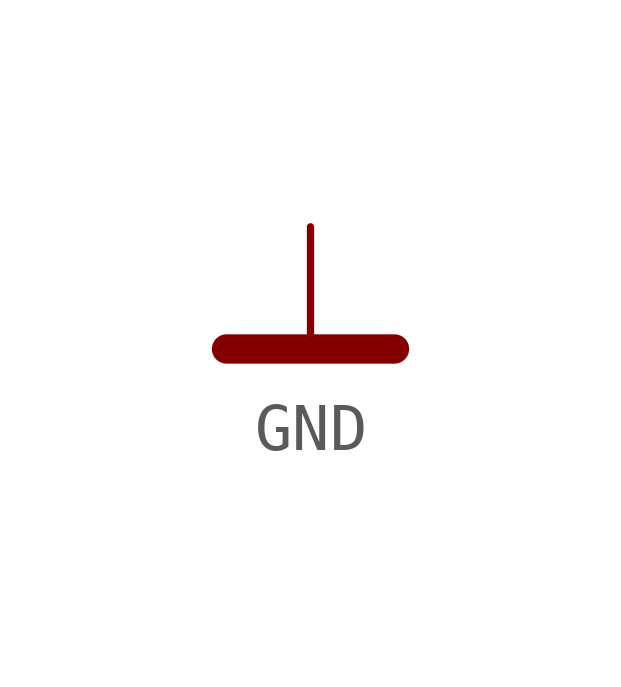
<source format=kicad_sym>
(kicad_symbol_lib
  (version 20211014)
  (generator kicad_symbol_editor)
  (symbol "GND"
    (power)
    (property "Reference" ""
      (at 0 0 0)
      (effects (font (size 1.27 1.27)) hide))
    (property "ki_locked" ""
      (at 0 0 0)
      (effects (font (size 1.27 1.27))))
    (symbol "GND_1_0"
      (polyline (pts (xy -1.746 -2.54) (xy 1.746 -2.54)) (stroke (width 0.61) (type default) (color 0 0 0 0)) (fill (type none)))
      (pin power_in line (at 0 0 270) (length 2.54) (name "GND" (effects (font (size 0 0)))) (number "1" (effects (font (size 0 0))))))))
</source>
